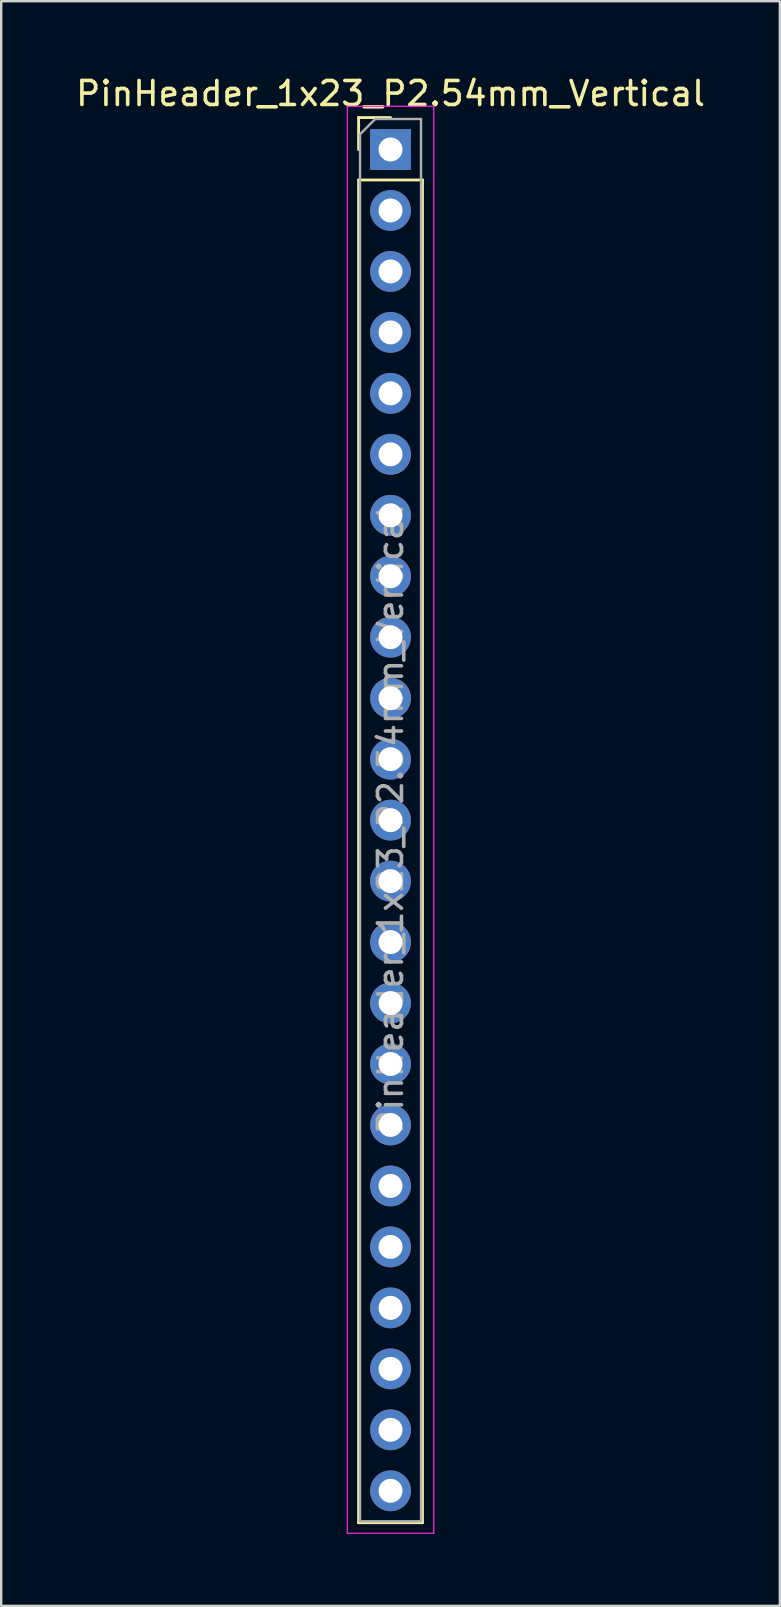
<source format=kicad_pcb>
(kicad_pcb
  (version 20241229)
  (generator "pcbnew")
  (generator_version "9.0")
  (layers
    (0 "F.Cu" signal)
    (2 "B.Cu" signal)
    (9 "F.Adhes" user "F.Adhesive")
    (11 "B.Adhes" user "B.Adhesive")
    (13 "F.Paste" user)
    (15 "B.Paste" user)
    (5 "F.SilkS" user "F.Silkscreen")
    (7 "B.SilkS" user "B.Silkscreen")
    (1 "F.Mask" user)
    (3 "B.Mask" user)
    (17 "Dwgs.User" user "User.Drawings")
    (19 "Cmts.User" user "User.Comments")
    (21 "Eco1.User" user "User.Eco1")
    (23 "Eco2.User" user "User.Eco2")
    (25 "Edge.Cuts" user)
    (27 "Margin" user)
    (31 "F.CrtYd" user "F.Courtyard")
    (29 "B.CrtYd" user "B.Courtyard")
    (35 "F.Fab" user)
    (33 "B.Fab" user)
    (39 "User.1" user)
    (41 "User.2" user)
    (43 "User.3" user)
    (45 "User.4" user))
  (footprint "PinHeader_1x23_P2.54mm_Vertical"
    (layer "F.Cu")
    (at 13.22 3.178)
    (property "Reference" "PinHeader_1x23_P2.54mm_Vertical" (at 0 -2.33 0) (layer "F.SilkS") (effects (font (size 1 1) (thickness 0.15))))
    (attr through_hole)
    (fp_line (start -1.33 -1.33) (end 0 -1.33) (stroke (width 0.12) (type solid)) (layer "F.SilkS"))
    (fp_line (start -1.33 0) (end -1.33 -1.33) (stroke (width 0.12) (type solid)) (layer "F.SilkS"))
    (fp_line (start -1.33 1.27) (end -1.33 57.21) (stroke (width 0.12) (type solid)) (layer "F.SilkS"))
    (fp_line (start -1.33 1.27) (end 1.33 1.27) (stroke (width 0.12) (type solid)) (layer "F.SilkS"))
    (fp_line (start -1.33 57.21) (end 1.33 57.21) (stroke (width 0.12) (type solid)) (layer "F.SilkS"))
    (fp_line (start 1.33 1.27) (end 1.33 57.21) (stroke (width 0.12) (type solid)) (layer "F.SilkS"))
    (fp_line (start -1.8 -1.8) (end -1.8 57.65) (stroke (width 0.05) (type solid)) (layer "F.CrtYd"))
    (fp_line (start -1.8 57.65) (end 1.8 57.65) (stroke (width 0.05) (type solid)) (layer "F.CrtYd"))
    (fp_line (start 1.8 -1.8) (end -1.8 -1.8) (stroke (width 0.05) (type solid)) (layer "F.CrtYd"))
    (fp_line (start 1.8 57.65) (end 1.8 -1.8) (stroke (width 0.05) (type solid)) (layer "F.CrtYd"))
    (fp_line (start -1.27 -0.635) (end -0.635 -1.27) (stroke (width 0.1) (type solid)) (layer "F.Fab"))
    (fp_line (start -1.27 57.15) (end -1.27 -0.635) (stroke (width 0.1) (type solid)) (layer "F.Fab"))
    (fp_line (start -0.635 -1.27) (end 1.27 -1.27) (stroke (width 0.1) (type solid)) (layer "F.Fab"))
    (fp_line (start 1.27 -1.27) (end 1.27 57.15) (stroke (width 0.1) (type solid)) (layer "F.Fab"))
    (fp_line (start 1.27 57.15) (end -1.27 57.15) (stroke (width 0.1) (type solid)) (layer "F.Fab"))
    (fp_text user "${REFERENCE}" (at 0 27.94 90) (layer "F.Fab") (effects (font (size 1 1) (thickness 0.15))))
    (pad "1" thru_hole rect (at 0 0) (size 1.7 1.7) (drill 1) (layers "*.Cu" "*.Mask"))
    (pad "2" thru_hole oval (at 0 2.54) (size 1.7 1.7) (drill 1) (layers "*.Cu" "*.Mask"))
    (pad "3" thru_hole oval (at 0 5.08) (size 1.7 1.7) (drill 1) (layers "*.Cu" "*.Mask"))
    (pad "4" thru_hole oval (at 0 7.62) (size 1.7 1.7) (drill 1) (layers "*.Cu" "*.Mask"))
    (pad "5" thru_hole oval (at 0 10.16) (size 1.7 1.7) (drill 1) (layers "*.Cu" "*.Mask"))
    (pad "6" thru_hole oval (at 0 12.7) (size 1.7 1.7) (drill 1) (layers "*.Cu" "*.Mask"))
    (pad "7" thru_hole oval (at 0 15.24) (size 1.7 1.7) (drill 1) (layers "*.Cu" "*.Mask"))
    (pad "8" thru_hole oval (at 0 17.78) (size 1.7 1.7) (drill 1) (layers "*.Cu" "*.Mask"))
    (pad "9" thru_hole oval (at 0 20.32) (size 1.7 1.7) (drill 1) (layers "*.Cu" "*.Mask"))
    (pad "10" thru_hole oval (at 0 22.86) (size 1.7 1.7) (drill 1) (layers "*.Cu" "*.Mask"))
    (pad "11" thru_hole oval (at 0 25.4) (size 1.7 1.7) (drill 1) (layers "*.Cu" "*.Mask"))
    (pad "12" thru_hole oval (at 0 27.94) (size 1.7 1.7) (drill 1) (layers "*.Cu" "*.Mask"))
    (pad "13" thru_hole oval (at 0 30.48) (size 1.7 1.7) (drill 1) (layers "*.Cu" "*.Mask"))
    (pad "14" thru_hole oval (at 0 33.02) (size 1.7 1.7) (drill 1) (layers "*.Cu" "*.Mask"))
    (pad "15" thru_hole oval (at 0 35.56) (size 1.7 1.7) (drill 1) (layers "*.Cu" "*.Mask"))
    (pad "16" thru_hole oval (at 0 38.1) (size 1.7 1.7) (drill 1) (layers "*.Cu" "*.Mask"))
    (pad "17" thru_hole oval (at 0 40.64) (size 1.7 1.7) (drill 1) (layers "*.Cu" "*.Mask"))
    (pad "18" thru_hole oval (at 0 43.18) (size 1.7 1.7) (drill 1) (layers "*.Cu" "*.Mask"))
    (pad "19" thru_hole oval (at 0 45.72) (size 1.7 1.7) (drill 1) (layers "*.Cu" "*.Mask"))
    (pad "20" thru_hole oval (at 0 48.26) (size 1.7 1.7) (drill 1) (layers "*.Cu" "*.Mask"))
    (pad "21" thru_hole oval (at 0 50.8) (size 1.7 1.7) (drill 1) (layers "*.Cu" "*.Mask"))
    (pad "22" thru_hole oval (at 0 53.34) (size 1.7 1.7) (drill 1) (layers "*.Cu" "*.Mask"))
    (pad "23" thru_hole oval (at 0 55.88) (size 1.7 1.7) (drill 1) (layers "*.Cu" "*.Mask")))
  (gr_rect
    (start -3 -3)
    (end 29.44 63.853)
    (stroke (width 0.1) (type default))
    (fill no)
    (layer "Edge.Cuts")))
</source>
